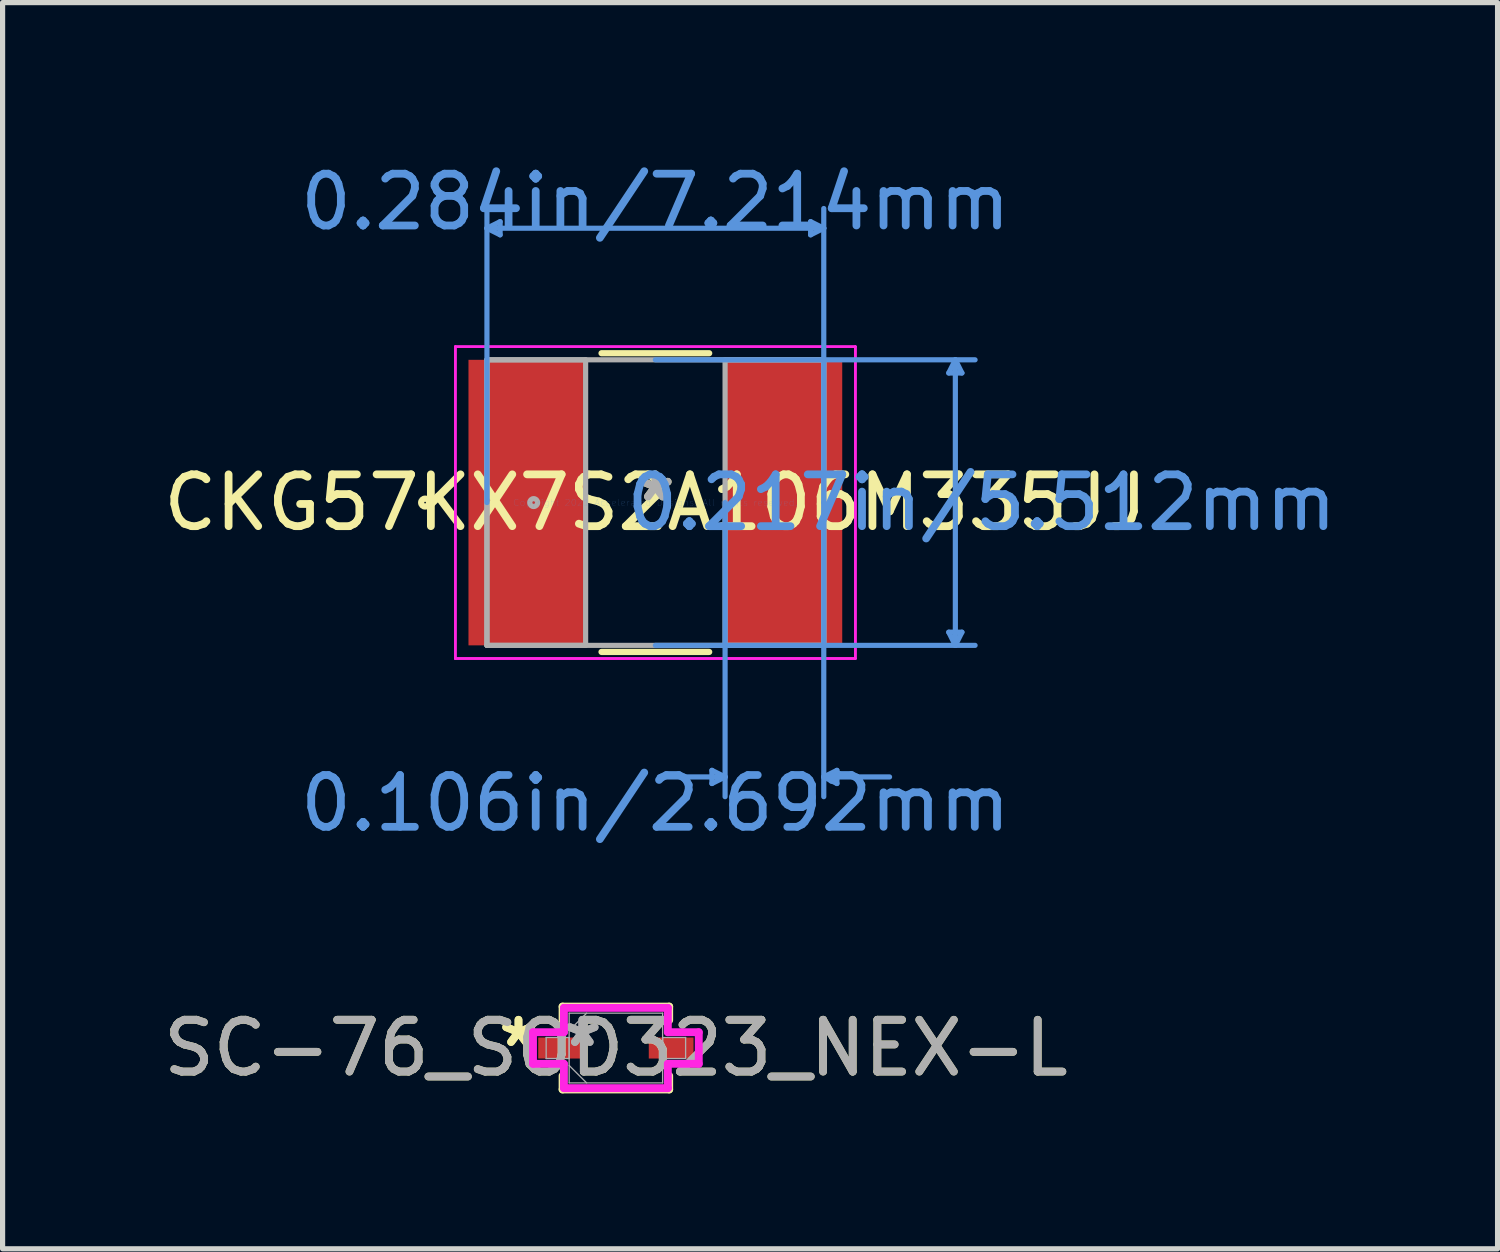
<source format=kicad_pcb>
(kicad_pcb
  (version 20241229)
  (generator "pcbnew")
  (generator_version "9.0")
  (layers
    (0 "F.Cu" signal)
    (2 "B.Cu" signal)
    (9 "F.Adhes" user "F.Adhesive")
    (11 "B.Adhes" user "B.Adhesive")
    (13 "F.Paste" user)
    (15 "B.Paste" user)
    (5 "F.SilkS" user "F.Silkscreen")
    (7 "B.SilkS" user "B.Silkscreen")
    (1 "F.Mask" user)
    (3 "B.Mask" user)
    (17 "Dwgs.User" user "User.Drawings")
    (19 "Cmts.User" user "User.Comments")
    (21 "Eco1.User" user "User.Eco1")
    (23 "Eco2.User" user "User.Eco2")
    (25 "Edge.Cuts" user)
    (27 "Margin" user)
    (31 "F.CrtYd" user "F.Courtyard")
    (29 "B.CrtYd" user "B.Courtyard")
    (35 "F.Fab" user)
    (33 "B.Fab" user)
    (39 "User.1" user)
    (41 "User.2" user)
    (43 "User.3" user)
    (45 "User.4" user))
  (footprint "CKG57KX7S2A106M335JJ"
    (layer "F.Cu")
    (at 9.601 6.652)
    (property "Reference" "CKG57KX7S2A106M335JJ" (at 0 0 0) (layer "F.SilkS") (effects (font (size 1 1) (thickness 0.15))))
    (attr through_hole)
    (fp_line (start -1.039 2.883) (end 1.039 2.883) (stroke (width 0.12) (type solid)) (layer "F.SilkS"))
    (fp_line (start 1.039 -2.883) (end -1.039 -2.883) (stroke (width 0.12) (type solid)) (layer "F.SilkS"))
    (fp_circle (center -4.445 0) (end -4.369 0) (stroke (width 0.12) (type solid)) (fill no) (layer "F.SilkS"))
    (fp_line (start -3.251 -5.296) (end -2.997 -5.423) (stroke (width 0.1) (type solid)) (layer "Cmts.User"))
    (fp_line (start -3.251 -5.296) (end -2.997 -5.169) (stroke (width 0.1) (type solid)) (layer "Cmts.User"))
    (fp_line (start -3.251 -5.296) (end 3.251 -5.296) (stroke (width 0.1) (type solid)) (layer "Cmts.User"))
    (fp_line (start -3.251 0) (end -3.251 -5.677) (stroke (width 0.1) (type solid)) (layer "Cmts.User"))
    (fp_line (start -2.997 -5.423) (end -2.997 -5.169) (stroke (width 0.1) (type solid)) (layer "Cmts.User"))
    (fp_line (start 0 -2.756) (end 6.172 -2.756) (stroke (width 0.1) (type solid)) (layer "Cmts.User"))
    (fp_line (start 0 2.756) (end 6.172 2.756) (stroke (width 0.1) (type solid)) (layer "Cmts.User"))
    (fp_line (start 1.092 5.169) (end 1.092 5.423) (stroke (width 0.1) (type solid)) (layer "Cmts.User"))
    (fp_line (start 1.346 0) (end 1.346 5.677) (stroke (width 0.1) (type solid)) (layer "Cmts.User"))
    (fp_line (start 1.346 5.296) (end 0.076 5.296) (stroke (width 0.1) (type solid)) (layer "Cmts.User"))
    (fp_line (start 1.346 5.296) (end 1.092 5.169) (stroke (width 0.1) (type solid)) (layer "Cmts.User"))
    (fp_line (start 1.346 5.296) (end 1.092 5.423) (stroke (width 0.1) (type solid)) (layer "Cmts.User"))
    (fp_line (start 2.997 -5.423) (end 2.997 -5.169) (stroke (width 0.1) (type solid)) (layer "Cmts.User"))
    (fp_line (start 3.251 -5.296) (end 2.997 -5.423) (stroke (width 0.1) (type solid)) (layer "Cmts.User"))
    (fp_line (start 3.251 -5.296) (end 2.997 -5.169) (stroke (width 0.1) (type solid)) (layer "Cmts.User"))
    (fp_line (start 3.251 0) (end 3.251 -5.677) (stroke (width 0.1) (type solid)) (layer "Cmts.User"))
    (fp_line (start 3.251 0) (end 3.251 5.677) (stroke (width 0.1) (type solid)) (layer "Cmts.User"))
    (fp_line (start 3.251 5.296) (end 3.505 5.169) (stroke (width 0.1) (type solid)) (layer "Cmts.User"))
    (fp_line (start 3.251 5.296) (end 3.505 5.423) (stroke (width 0.1) (type solid)) (layer "Cmts.User"))
    (fp_line (start 3.251 5.296) (end 4.521 5.296) (stroke (width 0.1) (type solid)) (layer "Cmts.User"))
    (fp_line (start 3.505 5.169) (end 3.505 5.423) (stroke (width 0.1) (type solid)) (layer "Cmts.User"))
    (fp_line (start 5.664 -2.502) (end 5.918 -2.502) (stroke (width 0.1) (type solid)) (layer "Cmts.User"))
    (fp_line (start 5.664 2.502) (end 5.918 2.502) (stroke (width 0.1) (type solid)) (layer "Cmts.User"))
    (fp_line (start 5.791 -2.756) (end 5.664 -2.502) (stroke (width 0.1) (type solid)) (layer "Cmts.User"))
    (fp_line (start 5.791 -2.756) (end 5.791 2.756) (stroke (width 0.1) (type solid)) (layer "Cmts.User"))
    (fp_line (start 5.791 -2.756) (end 5.918 -2.502) (stroke (width 0.1) (type solid)) (layer "Cmts.User"))
    (fp_line (start 5.791 2.756) (end 5.664 2.502) (stroke (width 0.1) (type solid)) (layer "Cmts.User"))
    (fp_line (start 5.791 2.756) (end 5.918 2.502) (stroke (width 0.1) (type solid)) (layer "Cmts.User"))
    (fp_line (start -3.861 -3.01) (end 3.861 -3.01) (stroke (width 0.05) (type solid)) (layer "F.CrtYd"))
    (fp_line (start -3.861 -3.01) (end 3.861 -3.01) (stroke (width 0.05) (type solid)) (layer "F.CrtYd"))
    (fp_line (start -3.861 3.01) (end -3.861 -3.01) (stroke (width 0.05) (type solid)) (layer "F.CrtYd"))
    (fp_line (start -3.861 3.01) (end -3.861 -3.01) (stroke (width 0.05) (type solid)) (layer "F.CrtYd"))
    (fp_line (start 3.861 -3.01) (end 3.861 3.01) (stroke (width 0.05) (type solid)) (layer "F.CrtYd"))
    (fp_line (start 3.861 -3.01) (end 3.861 3.01) (stroke (width 0.05) (type solid)) (layer "F.CrtYd"))
    (fp_line (start 3.861 3.01) (end -3.861 3.01) (stroke (width 0.05) (type solid)) (layer "F.CrtYd"))
    (fp_line (start 3.861 3.01) (end -3.861 3.01) (stroke (width 0.05) (type solid)) (layer "F.CrtYd"))
    (fp_line (start -3.251 -2.756) (end -3.251 2.756) (stroke (width 0.1) (type solid)) (layer "F.Fab"))
    (fp_line (start -3.251 -2.756) (end -3.251 2.756) (stroke (width 0.1) (type solid)) (layer "F.Fab"))
    (fp_line (start -3.251 2.756) (end -1.346 2.756) (stroke (width 0.1) (type solid)) (layer "F.Fab"))
    (fp_line (start -3.251 2.756) (end 3.251 2.756) (stroke (width 0.1) (type solid)) (layer "F.Fab"))
    (fp_line (start -1.346 -2.756) (end -3.251 -2.756) (stroke (width 0.1) (type solid)) (layer "F.Fab"))
    (fp_line (start -1.346 2.756) (end -1.346 -2.756) (stroke (width 0.1) (type solid)) (layer "F.Fab"))
    (fp_line (start 1.346 -2.756) (end 1.346 2.756) (stroke (width 0.1) (type solid)) (layer "F.Fab"))
    (fp_line (start 1.346 2.756) (end 3.251 2.756) (stroke (width 0.1) (type solid)) (layer "F.Fab"))
    (fp_line (start 3.251 -2.756) (end -3.251 -2.756) (stroke (width 0.1) (type solid)) (layer "F.Fab"))
    (fp_line (start 3.251 -2.756) (end 1.346 -2.756) (stroke (width 0.1) (type solid)) (layer "F.Fab"))
    (fp_line (start 3.251 2.756) (end 3.251 -2.756) (stroke (width 0.1) (type solid)) (layer "F.Fab"))
    (fp_line (start 3.251 2.756) (end 3.251 -2.756) (stroke (width 0.1) (type solid)) (layer "F.Fab"))
    (fp_circle (center -2.349 0) (end -2.273 0) (stroke (width 0.1) (type solid)) (fill no) (layer "F.Fab"))
    (fp_text user "*" (at 0 0 0) (layer "F.SilkS") (effects (font (size 1 1) (thickness 0.15))))
    (fp_text user "0.217in/5.512mm" (at 6.299 0 0) (layer "Cmts.User") (effects (font (size 1 1) (thickness 0.15))))
    (fp_text user "0.106in/2.692mm" (at 0 5.804 0) (layer "Cmts.User") (effects (font (size 1 1) (thickness 0.15))))
    (fp_text user "0.284in/7.214mm" (at 0 -5.804 0) (layer "Cmts.User") (effects (font (size 1 1) (thickness 0.15))))
    (fp_text user "Copyright 2021 Accelerated Designs. All rights reserved." (at 0 0 0) (layer "Cmts.User") (effects (font (size 0.127 0.127) (thickness 0.002))))
    (fp_text user "*" (at 0 0 0) (layer "F.Fab") (effects (font (size 1 1) (thickness 0.15))))
    (pad "1" smd rect (at -2.477 0) (size 2.261 5.512) (layers "F.Cu" "F.Mask" "F.Paste"))
    (pad "2" smd rect (at 2.477 0) (size 2.261 5.512) (layers "F.Cu" "F.Mask" "F.Paste")))
  (footprint "SC-76_SOD323_NEX-L"
    (layer "F.Cu")
    (at 8.839 17.181)
    (property "Reference" "SC-76_SOD323_NEX-L" (at 0 0 0) (unlocked yes) (layer "F.SilkS") (effects (font (size 1 1) (thickness 0.15))))
    (attr smd)
    (fp_line (start -1.029 -0.8) (end -1.029 -0.536) (stroke (width 0.152) (type solid)) (layer "F.SilkS"))
    (fp_line (start -1.029 0.536) (end -1.029 0.8) (stroke (width 0.152) (type solid)) (layer "F.SilkS"))
    (fp_line (start -1.029 0.8) (end 1.029 0.8) (stroke (width 0.152) (type solid)) (layer "F.SilkS"))
    (fp_line (start 1.029 -0.8) (end -1.029 -0.8) (stroke (width 0.152) (type solid)) (layer "F.SilkS"))
    (fp_line (start 1.029 -0.536) (end 1.029 -0.8) (stroke (width 0.152) (type solid)) (layer "F.SilkS"))
    (fp_line (start 1.029 0.8) (end 1.029 0.536) (stroke (width 0.152) (type solid)) (layer "F.SilkS"))
    (fp_line (start -1.6 -0.305) (end -1.003 -0.305) (stroke (width 0.152) (type solid)) (layer "F.CrtYd"))
    (fp_line (start -1.6 0.305) (end -1.6 -0.305) (stroke (width 0.152) (type solid)) (layer "F.CrtYd"))
    (fp_line (start -1.003 -0.775) (end 1.003 -0.775) (stroke (width 0.152) (type solid)) (layer "F.CrtYd"))
    (fp_line (start -1.003 -0.305) (end -1.003 -0.775) (stroke (width 0.152) (type solid)) (layer "F.CrtYd"))
    (fp_line (start -1.003 0.305) (end -1.6 0.305) (stroke (width 0.152) (type solid)) (layer "F.CrtYd"))
    (fp_line (start -1.003 0.775) (end -1.003 0.305) (stroke (width 0.152) (type solid)) (layer "F.CrtYd"))
    (fp_line (start 1.003 -0.775) (end 1.003 -0.305) (stroke (width 0.152) (type solid)) (layer "F.CrtYd"))
    (fp_line (start 1.003 -0.305) (end 1.6 -0.305) (stroke (width 0.152) (type solid)) (layer "F.CrtYd"))
    (fp_line (start 1.003 0.305) (end 1.003 0.775) (stroke (width 0.152) (type solid)) (layer "F.CrtYd"))
    (fp_line (start 1.003 0.775) (end -1.003 0.775) (stroke (width 0.152) (type solid)) (layer "F.CrtYd"))
    (fp_line (start 1.6 -0.305) (end 1.6 0.305) (stroke (width 0.152) (type solid)) (layer "F.CrtYd"))
    (fp_line (start 1.6 0.305) (end 1.003 0.305) (stroke (width 0.152) (type solid)) (layer "F.CrtYd"))
    (fp_line (start -1.346 -0.203) (end -1.346 0.203) (stroke (width 0.025) (type solid)) (layer "F.Fab"))
    (fp_line (start -1.346 0.203) (end -0.902 0.203) (stroke (width 0.025) (type solid)) (layer "F.Fab"))
    (fp_line (start -0.902 -0.673) (end -0.902 0.673) (stroke (width 0.025) (type solid)) (layer "F.Fab"))
    (fp_line (start -0.902 -0.337) (end -0.565 -0.673) (stroke (width 0.025) (type solid)) (layer "F.Fab"))
    (fp_line (start -0.902 -0.203) (end -1.346 -0.203) (stroke (width 0.025) (type solid)) (layer "F.Fab"))
    (fp_line (start -0.902 0.203) (end -0.902 -0.203) (stroke (width 0.025) (type solid)) (layer "F.Fab"))
    (fp_line (start -0.902 0.337) (end -0.565 0.673) (stroke (width 0.025) (type solid)) (layer "F.Fab"))
    (fp_line (start -0.902 0.673) (end 0.902 0.673) (stroke (width 0.025) (type solid)) (layer "F.Fab"))
    (fp_line (start 0.902 -0.673) (end -0.902 -0.673) (stroke (width 0.025) (type solid)) (layer "F.Fab"))
    (fp_line (start 0.902 -0.203) (end 0.902 0.203) (stroke (width 0.025) (type solid)) (layer "F.Fab"))
    (fp_line (start 0.902 0.203) (end 1.346 0.203) (stroke (width 0.025) (type solid)) (layer "F.Fab"))
    (fp_line (start 0.902 0.673) (end 0.902 -0.673) (stroke (width 0.025) (type solid)) (layer "F.Fab"))
    (fp_line (start 1.346 -0.203) (end 0.902 -0.203) (stroke (width 0.025) (type solid)) (layer "F.Fab"))
    (fp_line (start 1.346 0.203) (end 1.346 -0.203) (stroke (width 0.025) (type solid)) (layer "F.Fab"))
    (fp_text user "*" (at -1.88 0 0) (unlocked yes) (layer "F.SilkS") (effects (font (size 1 1) (thickness 0.15))))
    (fp_text user "*" (at -1.88 0 0) (layer "F.SilkS") (effects (font (size 1 1) (thickness 0.15))))
    (fp_text user "*" (at -0.648 0 0) (layer "F.Fab") (effects (font (size 1 1) (thickness 0.15))))
    (fp_text user "*" (at -0.648 0 0) (unlocked yes) (layer "F.Fab") (effects (font (size 1 1) (thickness 0.15))))
    (fp_text user "${REFERENCE}" (at 0 0 0) (unlocked yes) (layer "F.Fab") (effects (font (size 1 1) (thickness 0.15))))
    (pad "1" smd rect (at -1.067 0) (size 0.864 0.406) (layers "F.Cu" "F.Mask" "F.Paste"))
    (pad "2" smd rect (at 1.067 0) (size 0.864 0.406) (layers "F.Cu" "F.Mask" "F.Paste")))
  (gr_rect
    (start -3 -3)
    (end 25.859 21.057)
    (stroke (width 0.1) (type default))
    (fill no)
    (layer "Edge.Cuts")))
</source>
